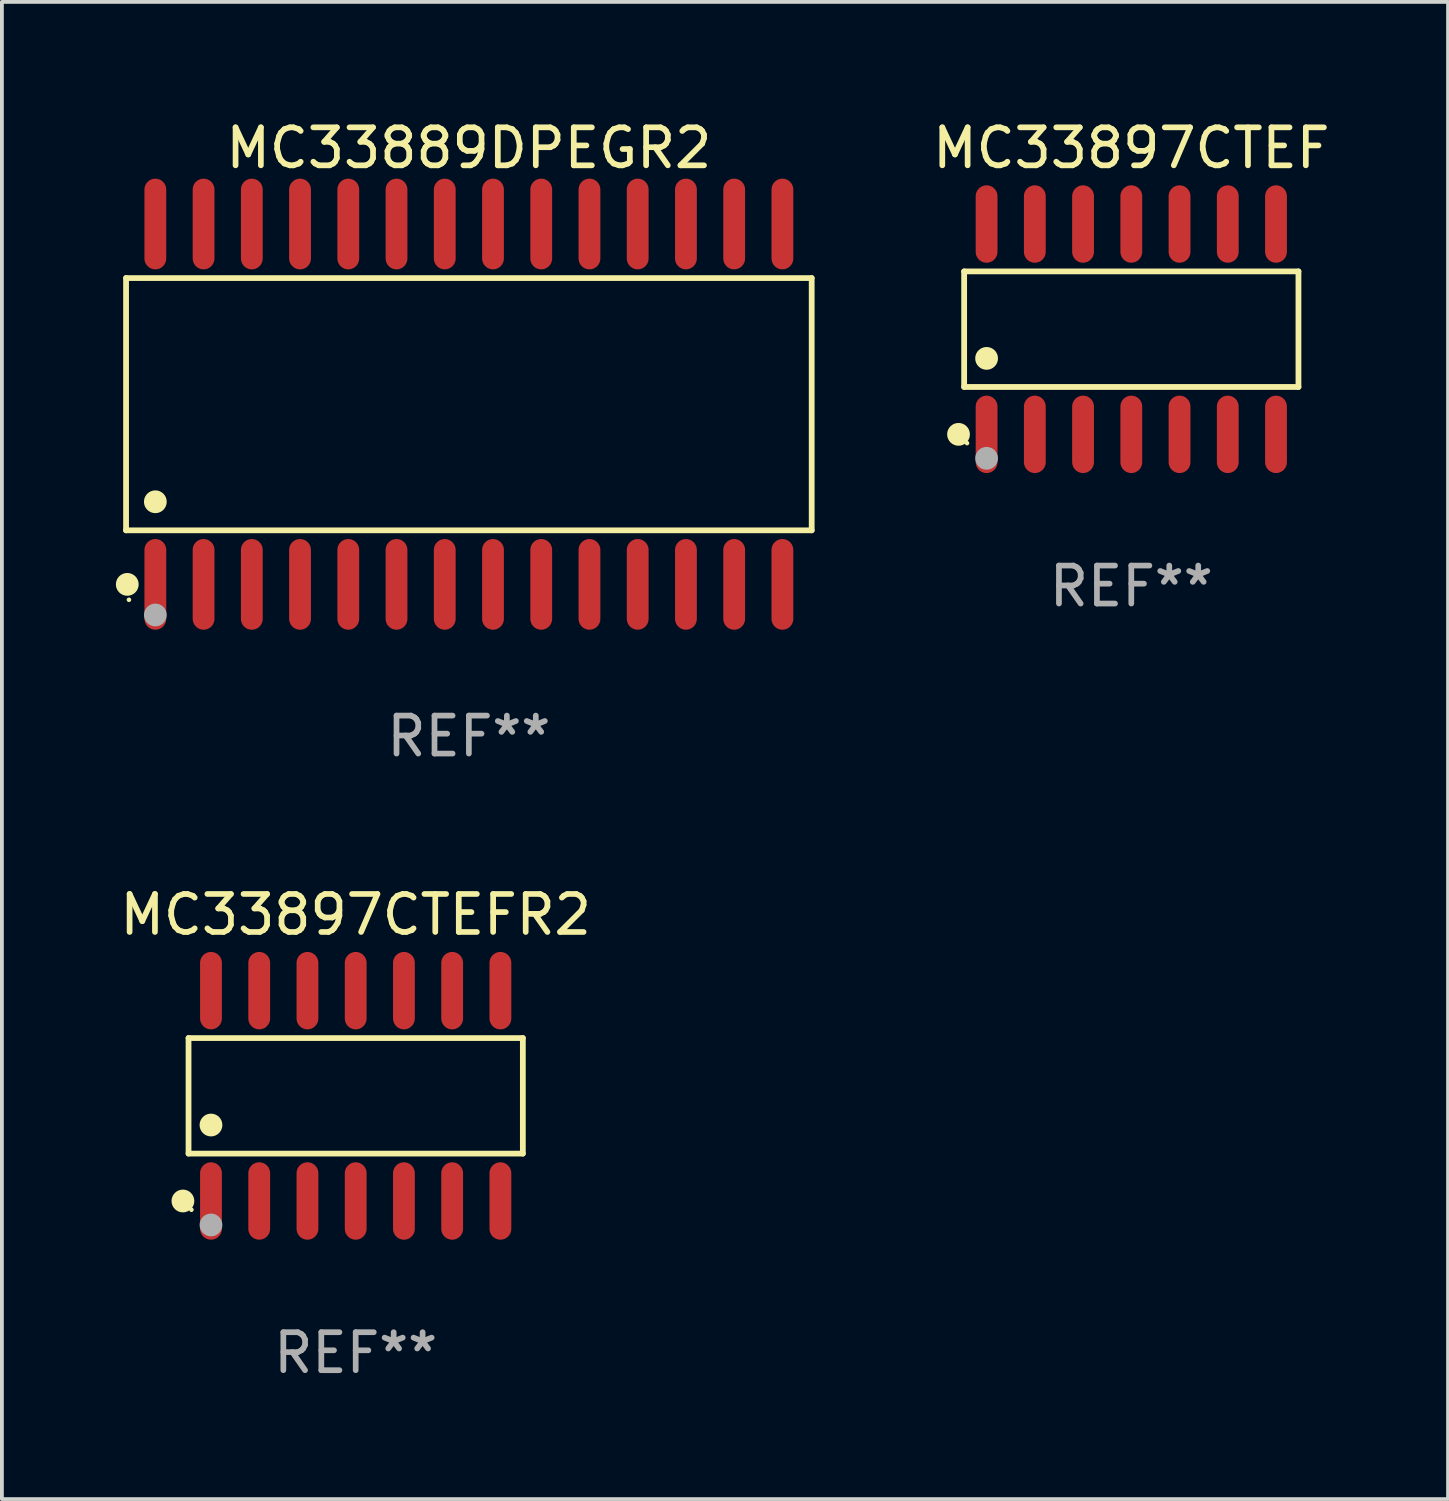
<source format=kicad_pcb>
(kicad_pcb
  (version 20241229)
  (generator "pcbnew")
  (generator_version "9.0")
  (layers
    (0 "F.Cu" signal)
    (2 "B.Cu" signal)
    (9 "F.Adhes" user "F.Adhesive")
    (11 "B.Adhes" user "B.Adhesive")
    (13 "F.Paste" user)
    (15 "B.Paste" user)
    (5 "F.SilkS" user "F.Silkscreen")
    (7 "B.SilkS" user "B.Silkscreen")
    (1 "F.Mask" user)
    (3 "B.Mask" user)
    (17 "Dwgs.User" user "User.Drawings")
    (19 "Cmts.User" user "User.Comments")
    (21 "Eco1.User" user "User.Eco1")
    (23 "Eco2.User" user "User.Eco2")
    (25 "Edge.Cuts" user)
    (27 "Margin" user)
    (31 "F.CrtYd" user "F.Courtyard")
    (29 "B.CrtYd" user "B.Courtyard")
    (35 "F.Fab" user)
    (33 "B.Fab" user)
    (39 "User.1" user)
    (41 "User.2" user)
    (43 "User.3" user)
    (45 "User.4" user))
  (footprint "MC33889DPEGR2"
    (layer "F.Cu")
    (at 9.295 7.592)
    (property "Reference" "MC33889DPEGR2" (at 0 -6.744 0) (layer "F.SilkS") (effects (font (size 1 1) (thickness 0.15))))
    (attr through_hole)
    (fp_line (start -9.026 -3.321) (end 9.026 -3.321) (stroke (width 0.152) (type solid)) (layer "F.SilkS"))
    (fp_line (start -9.026 3.321) (end -9.026 -3.321) (stroke (width 0.152) (type solid)) (layer "F.SilkS"))
    (fp_line (start 9.026 -3.321) (end 9.026 3.321) (stroke (width 0.152) (type solid)) (layer "F.SilkS"))
    (fp_line (start 9.026 3.321) (end -9.026 3.321) (stroke (width 0.152) (type solid)) (layer "F.SilkS"))
    (fp_circle (center -8.994 4.744) (end -8.844 4.744) (stroke (width 0.3) (type solid)) (fill no) (layer "F.SilkS"))
    (fp_circle (center -8.95 5.15) (end -8.92 5.15) (stroke (width 0.06) (type solid)) (fill no) (layer "F.SilkS"))
    (fp_circle (center -8.255 2.569) (end -8.105 2.569) (stroke (width 0.3) (type solid)) (fill no) (layer "F.SilkS"))
    (fp_circle (center -8.255 5.55) (end -8.105 5.55) (stroke (width 0.3) (type solid)) (fill no) (layer "F.Fab"))
    (fp_text user "REF**" (at 0 8.744 0) (layer "F.Fab") (effects (font (size 1 1) (thickness 0.15))))
    (pad "1" smd oval (at -8.255 4.744) (size 0.574 2.388) (layers "F.Cu" "F.Mask" "F.Paste"))
    (pad "2" smd oval (at -6.985 4.744) (size 0.574 2.388) (layers "F.Cu" "F.Mask" "F.Paste"))
    (pad "3" smd oval (at -5.715 4.744) (size 0.574 2.388) (layers "F.Cu" "F.Mask" "F.Paste"))
    (pad "4" smd oval (at -4.445 4.744) (size 0.574 2.388) (layers "F.Cu" "F.Mask" "F.Paste"))
    (pad "5" smd oval (at -3.175 4.744) (size 0.574 2.388) (layers "F.Cu" "F.Mask" "F.Paste"))
    (pad "6" smd oval (at -1.905 4.744) (size 0.574 2.388) (layers "F.Cu" "F.Mask" "F.Paste"))
    (pad "7" smd oval (at -0.635 4.744) (size 0.574 2.388) (layers "F.Cu" "F.Mask" "F.Paste"))
    (pad "8" smd oval (at 0.635 4.744) (size 0.574 2.388) (layers "F.Cu" "F.Mask" "F.Paste"))
    (pad "9" smd oval (at 1.905 4.744) (size 0.574 2.388) (layers "F.Cu" "F.Mask" "F.Paste"))
    (pad "10" smd oval (at 3.175 4.744) (size 0.574 2.388) (layers "F.Cu" "F.Mask" "F.Paste"))
    (pad "11" smd oval (at 4.445 4.744) (size 0.574 2.388) (layers "F.Cu" "F.Mask" "F.Paste"))
    (pad "12" smd oval (at 5.715 4.744) (size 0.574 2.388) (layers "F.Cu" "F.Mask" "F.Paste"))
    (pad "13" smd oval (at 6.985 4.744) (size 0.574 2.388) (layers "F.Cu" "F.Mask" "F.Paste"))
    (pad "14" smd oval (at 8.255 4.744) (size 0.574 2.388) (layers "F.Cu" "F.Mask" "F.Paste"))
    (pad "15" smd oval (at 8.255 -4.744) (size 0.574 2.388) (layers "F.Cu" "F.Mask" "F.Paste"))
    (pad "16" smd oval (at 6.985 -4.744) (size 0.574 2.388) (layers "F.Cu" "F.Mask" "F.Paste"))
    (pad "17" smd oval (at 5.715 -4.744) (size 0.574 2.388) (layers "F.Cu" "F.Mask" "F.Paste"))
    (pad "18" smd oval (at 4.445 -4.744) (size 0.574 2.388) (layers "F.Cu" "F.Mask" "F.Paste"))
    (pad "19" smd oval (at 3.175 -4.744) (size 0.574 2.388) (layers "F.Cu" "F.Mask" "F.Paste"))
    (pad "20" smd oval (at 1.905 -4.744) (size 0.574 2.388) (layers "F.Cu" "F.Mask" "F.Paste"))
    (pad "21" smd oval (at 0.635 -4.744) (size 0.574 2.388) (layers "F.Cu" "F.Mask" "F.Paste"))
    (pad "22" smd oval (at -0.635 -4.744) (size 0.574 2.388) (layers "F.Cu" "F.Mask" "F.Paste"))
    (pad "23" smd oval (at -1.905 -4.744) (size 0.574 2.388) (layers "F.Cu" "F.Mask" "F.Paste"))
    (pad "24" smd oval (at -3.175 -4.744) (size 0.574 2.388) (layers "F.Cu" "F.Mask" "F.Paste"))
    (pad "25" smd oval (at -4.445 -4.744) (size 0.574 2.388) (layers "F.Cu" "F.Mask" "F.Paste"))
    (pad "26" smd oval (at -5.715 -4.744) (size 0.574 2.388) (layers "F.Cu" "F.Mask" "F.Paste"))
    (pad "27" smd oval (at -6.985 -4.744) (size 0.574 2.388) (layers "F.Cu" "F.Mask" "F.Paste"))
    (pad "28" smd oval (at -8.255 -4.744) (size 0.574 2.388) (layers "F.Cu" "F.Mask" "F.Paste")))
  (footprint "MC33897CTEF"
    (layer "F.Cu")
    (at 26.736 5.617)
    (property "Reference" "MC33897CTEF" (at 0 -4.769 0) (layer "F.SilkS") (effects (font (size 1 1) (thickness 0.15))))
    (attr through_hole)
    (fp_line (start -4.401 -1.521) (end 4.401 -1.521) (stroke (width 0.152) (type solid)) (layer "F.SilkS"))
    (fp_line (start -4.401 1.521) (end -4.401 -1.521) (stroke (width 0.152) (type solid)) (layer "F.SilkS"))
    (fp_line (start 4.401 -1.521) (end 4.401 1.521) (stroke (width 0.152) (type solid)) (layer "F.SilkS"))
    (fp_line (start 4.401 1.521) (end -4.401 1.521) (stroke (width 0.152) (type solid)) (layer "F.SilkS"))
    (fp_circle (center -4.549 2.769) (end -4.399 2.769) (stroke (width 0.3) (type solid)) (fill no) (layer "F.SilkS"))
    (fp_circle (center -4.325 3) (end -4.295 3) (stroke (width 0.06) (type solid)) (fill no) (layer "F.SilkS"))
    (fp_circle (center -3.81 0.769) (end -3.66 0.769) (stroke (width 0.3) (type solid)) (fill no) (layer "F.SilkS"))
    (fp_circle (center -3.81 3.4) (end -3.66 3.4) (stroke (width 0.3) (type solid)) (fill no) (layer "F.Fab"))
    (fp_text user "REF**" (at 0 6.769 0) (layer "F.Fab") (effects (font (size 1 1) (thickness 0.15))))
    (pad "1" smd oval (at -3.81 2.769) (size 0.574 2.038) (layers "F.Cu" "F.Mask" "F.Paste"))
    (pad "2" smd oval (at -2.54 2.769) (size 0.574 2.038) (layers "F.Cu" "F.Mask" "F.Paste"))
    (pad "3" smd oval (at -1.27 2.769) (size 0.574 2.038) (layers "F.Cu" "F.Mask" "F.Paste"))
    (pad "4" smd oval (at 0 2.769) (size 0.574 2.038) (layers "F.Cu" "F.Mask" "F.Paste"))
    (pad "5" smd oval (at 1.27 2.769) (size 0.574 2.038) (layers "F.Cu" "F.Mask" "F.Paste"))
    (pad "6" smd oval (at 2.54 2.769) (size 0.574 2.038) (layers "F.Cu" "F.Mask" "F.Paste"))
    (pad "7" smd oval (at 3.81 2.769) (size 0.574 2.038) (layers "F.Cu" "F.Mask" "F.Paste"))
    (pad "8" smd oval (at 3.81 -2.769) (size 0.574 2.038) (layers "F.Cu" "F.Mask" "F.Paste"))
    (pad "9" smd oval (at 2.54 -2.769) (size 0.574 2.038) (layers "F.Cu" "F.Mask" "F.Paste"))
    (pad "10" smd oval (at 1.27 -2.769) (size 0.574 2.038) (layers "F.Cu" "F.Mask" "F.Paste"))
    (pad "11" smd oval (at 0 -2.769) (size 0.574 2.038) (layers "F.Cu" "F.Mask" "F.Paste"))
    (pad "12" smd oval (at -1.27 -2.769) (size 0.574 2.038) (layers "F.Cu" "F.Mask" "F.Paste"))
    (pad "13" smd oval (at -2.54 -2.769) (size 0.574 2.038) (layers "F.Cu" "F.Mask" "F.Paste"))
    (pad "14" smd oval (at -3.81 -2.769) (size 0.574 2.038) (layers "F.Cu" "F.Mask" "F.Paste")))
  (footprint "MC33897CTEFR2"
    (layer "F.Cu")
    (at 6.315 25.802)
    (property "Reference" "MC33897CTEFR2" (at 0 -4.769 0) (layer "F.SilkS") (effects (font (size 1 1) (thickness 0.15))))
    (attr through_hole)
    (fp_line (start -4.401 -1.521) (end 4.401 -1.521) (stroke (width 0.152) (type solid)) (layer "F.SilkS"))
    (fp_line (start -4.401 1.521) (end -4.401 -1.521) (stroke (width 0.152) (type solid)) (layer "F.SilkS"))
    (fp_line (start 4.401 -1.521) (end 4.401 1.521) (stroke (width 0.152) (type solid)) (layer "F.SilkS"))
    (fp_line (start 4.401 1.521) (end -4.401 1.521) (stroke (width 0.152) (type solid)) (layer "F.SilkS"))
    (fp_circle (center -4.549 2.769) (end -4.399 2.769) (stroke (width 0.3) (type solid)) (fill no) (layer "F.SilkS"))
    (fp_circle (center -4.325 3) (end -4.295 3) (stroke (width 0.06) (type solid)) (fill no) (layer "F.SilkS"))
    (fp_circle (center -3.81 0.769) (end -3.66 0.769) (stroke (width 0.3) (type solid)) (fill no) (layer "F.SilkS"))
    (fp_circle (center -3.81 3.4) (end -3.66 3.4) (stroke (width 0.3) (type solid)) (fill no) (layer "F.Fab"))
    (fp_text user "REF**" (at 0 6.769 0) (layer "F.Fab") (effects (font (size 1 1) (thickness 0.15))))
    (pad "1" smd oval (at -3.81 2.769) (size 0.574 2.038) (layers "F.Cu" "F.Mask" "F.Paste"))
    (pad "2" smd oval (at -2.54 2.769) (size 0.574 2.038) (layers "F.Cu" "F.Mask" "F.Paste"))
    (pad "3" smd oval (at -1.27 2.769) (size 0.574 2.038) (layers "F.Cu" "F.Mask" "F.Paste"))
    (pad "4" smd oval (at 0 2.769) (size 0.574 2.038) (layers "F.Cu" "F.Mask" "F.Paste"))
    (pad "5" smd oval (at 1.27 2.769) (size 0.574 2.038) (layers "F.Cu" "F.Mask" "F.Paste"))
    (pad "6" smd oval (at 2.54 2.769) (size 0.574 2.038) (layers "F.Cu" "F.Mask" "F.Paste"))
    (pad "7" smd oval (at 3.81 2.769) (size 0.574 2.038) (layers "F.Cu" "F.Mask" "F.Paste"))
    (pad "8" smd oval (at 3.81 -2.769) (size 0.574 2.038) (layers "F.Cu" "F.Mask" "F.Paste"))
    (pad "9" smd oval (at 2.54 -2.769) (size 0.574 2.038) (layers "F.Cu" "F.Mask" "F.Paste"))
    (pad "10" smd oval (at 1.27 -2.769) (size 0.574 2.038) (layers "F.Cu" "F.Mask" "F.Paste"))
    (pad "11" smd oval (at 0 -2.769) (size 0.574 2.038) (layers "F.Cu" "F.Mask" "F.Paste"))
    (pad "12" smd oval (at -1.27 -2.769) (size 0.574 2.038) (layers "F.Cu" "F.Mask" "F.Paste"))
    (pad "13" smd oval (at -2.54 -2.769) (size 0.574 2.038) (layers "F.Cu" "F.Mask" "F.Paste"))
    (pad "14" smd oval (at -3.81 -2.769) (size 0.574 2.038) (layers "F.Cu" "F.Mask" "F.Paste")))
  (gr_rect
    (start -3 -3)
    (end 35.076 36.419)
    (stroke (width 0.1) (type default))
    (fill no)
    (layer "Edge.Cuts")))
</source>
